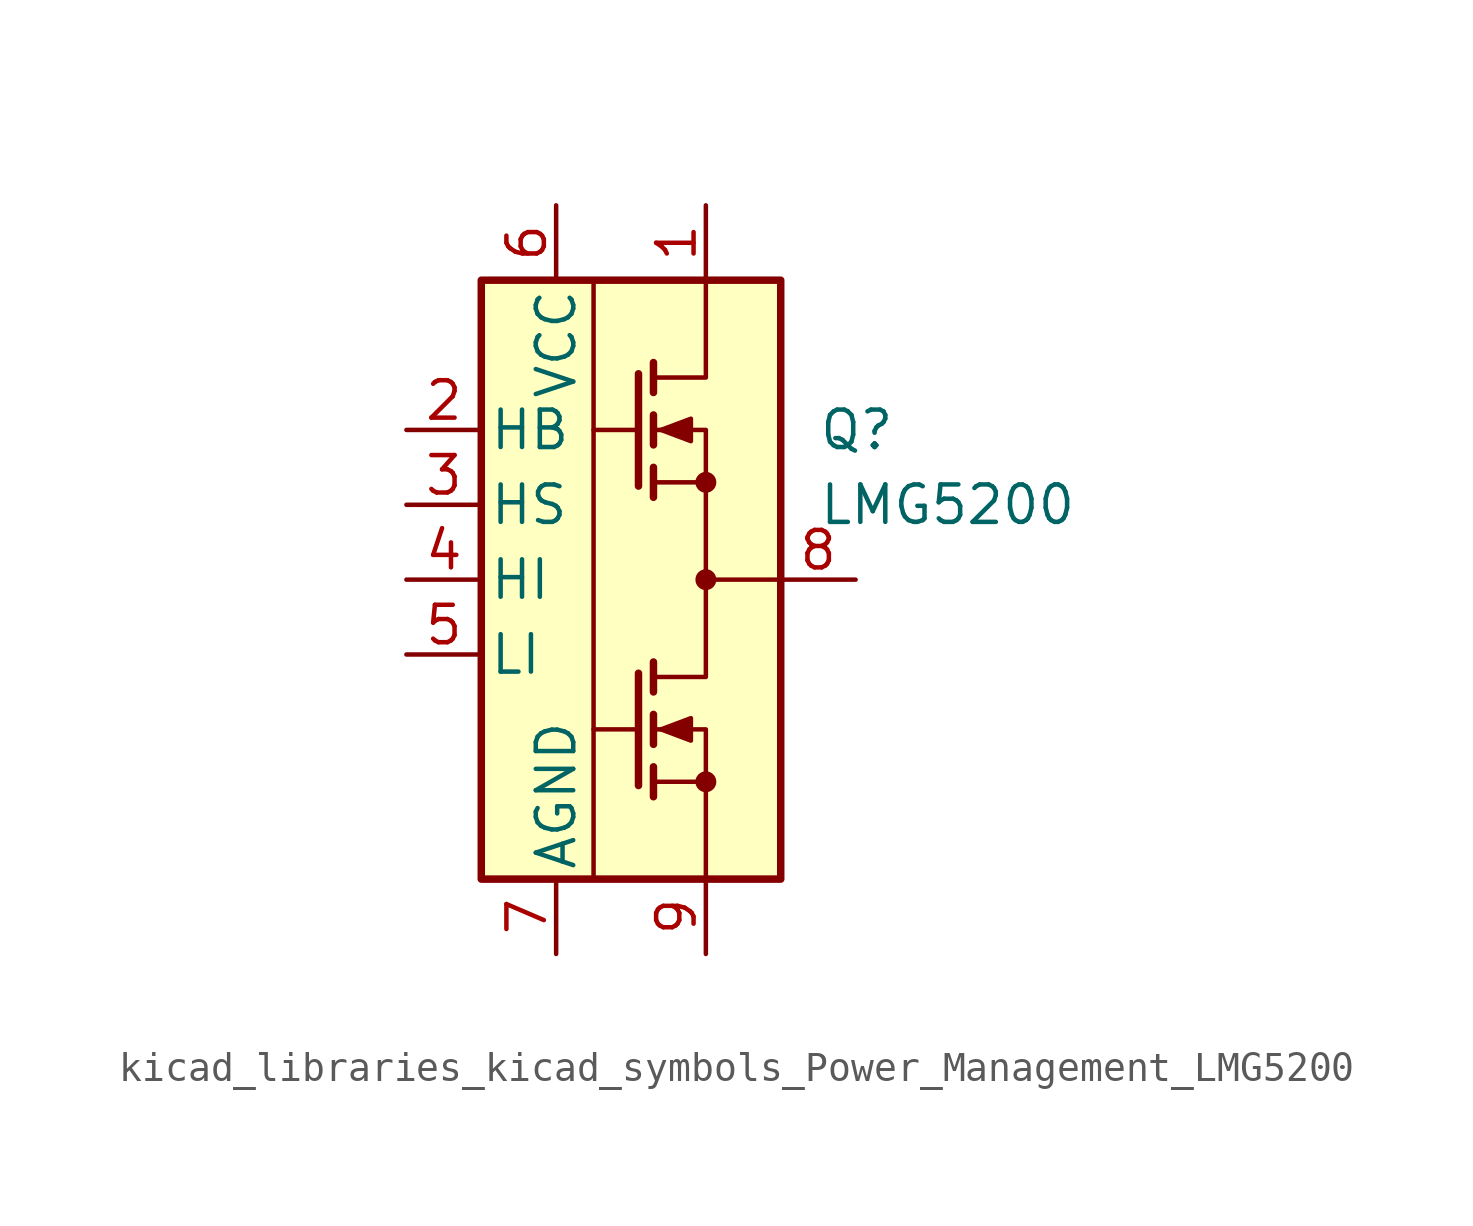
<source format=kicad_sym>
(kicad_symbol_lib
  (version 20220914)
  (generator kicad_symbol_editor)
  (symbol "kicad_libraries_kicad_symbols_Power_Management_LMG5200"
    (pin_names
      (offset 0.254))
    (property "Reference" "Q"
      (at 6.35 5.08 0)
      (effects (font (size 1.27 1.27)) (justify left)))
    (property "Value" "LMG5200"
      (at 6.35 2.54 0)
      (effects (font (size 1.27 1.27)) (justify left)))
    (symbol "kicad_libraries_kicad_symbols_Power_Management_LMG5200_0_1"
      (rectangle (start -5.08 10.16) (end 5.08 -10.16) (stroke (width 0.254) (type default)) (fill (type background)))
      (polyline (pts (xy -1.27 -5.08) (xy 0.254 -5.08)) (stroke (width 0) (type default)) (fill (type none)))
      (polyline (pts (xy -1.27 5.08) (xy 0.254 5.08)) (stroke (width 0) (type default)) (fill (type none)))
      (polyline (pts (xy -1.27 10.16) (xy -1.27 -10.16)) (stroke (width 0) (type default)) (fill (type none)))
      (polyline (pts (xy 0.762 -6.858) (xy 2.54 -6.858)) (stroke (width 0) (type default)) (fill (type none)))
      (polyline (pts (xy 0.762 -6.35) (xy 0.762 -7.366)) (stroke (width 0.254) (type default)) (fill (type none)))
      (polyline (pts (xy 0.762 -4.572) (xy 0.762 -5.588)) (stroke (width 0.254) (type default)) (fill (type none)))
      (polyline (pts (xy 0.762 -2.794) (xy 0.762 -3.81)) (stroke (width 0.254) (type default)) (fill (type none)))
      (polyline (pts (xy 0.762 3.302) (xy 2.54 3.302)) (stroke (width 0) (type default)) (fill (type none)))
      (polyline (pts (xy 0.762 3.81) (xy 0.762 2.794)) (stroke (width 0.254) (type default)) (fill (type none)))
      (polyline (pts (xy 0.762 5.588) (xy 0.762 4.572)) (stroke (width 0.254) (type default)) (fill (type none)))
      (polyline (pts (xy 0.762 7.366) (xy 0.762 6.35)) (stroke (width 0.254) (type default)) (fill (type none)))
      (polyline (pts (xy 5.08 0) (xy 2.54 0)) (stroke (width 0) (type default)) (fill (type none)))
      (polyline (pts (xy 0.254 -3.175) (xy 0.254 -6.985) (xy 0.254 -6.985)) (stroke (width 0.254) (type default)) (fill (type none)))
      (polyline (pts (xy 0.254 6.985) (xy 0.254 3.175) (xy 0.254 3.175)) (stroke (width 0.254) (type default)) (fill (type none)))
      (polyline (pts (xy 0.762 6.858) (xy 2.54 6.858) (xy 2.54 10.16)) (stroke (width 0) (type default)) (fill (type none)))
      (polyline (pts (xy 2.54 -10.16) (xy 2.54 -5.08) (xy 0.762 -5.08)) (stroke (width 0) (type default)) (fill (type none)))
      (polyline (pts (xy 0.762 5.08) (xy 2.54 5.08) (xy 2.54 -3.302) (xy 0.762 -3.302)) (stroke (width 0) (type default)) (fill (type none)))
      (polyline (pts (xy 1.016 -5.08) (xy 2.032 -4.699) (xy 2.032 -5.461) (xy 1.016 -5.08)) (stroke (width 0) (type default)) (fill (type outline)))
      (polyline (pts (xy 1.016 5.08) (xy 2.032 5.461) (xy 2.032 4.699) (xy 1.016 5.08)) (stroke (width 0) (type default)) (fill (type outline)))
      (circle (center 2.54 -6.858) (radius 0.279) (stroke (width 0) (type default)) (fill (type outline)))
      (circle (center 2.54 0) (radius 0.279) (stroke (width 0) (type default)) (fill (type outline)))
      (circle (center 2.54 3.302) (radius 0.279) (stroke (width 0) (type default)) (fill (type outline))))
    (symbol "kicad_libraries_kicad_symbols_Power_Management_LMG5200_1_1"
      (pin passive line (at 2.54 12.7 270) (length 2.54) (name "~" (effects (font (size 1.27 1.27)))) (number "1" (effects (font (size 1.27 1.27)))))
      (pin passive line (at -7.62 5.08 0) (length 2.54) (name "HB" (effects (font (size 1.27 1.27)))) (number "2" (effects (font (size 1.27 1.27)))))
      (pin passive line (at -7.62 2.54 0) (length 2.54) (name "HS" (effects (font (size 1.27 1.27)))) (number "3" (effects (font (size 1.27 1.27)))))
      (pin input line (at -7.62 0 0) (length 2.54) (name "HI" (effects (font (size 1.27 1.27)))) (number "4" (effects (font (size 1.27 1.27)))))
      (pin input line (at -7.62 -2.54 0) (length 2.54) (name "LI" (effects (font (size 1.27 1.27)))) (number "5" (effects (font (size 1.27 1.27)))))
      (pin power_in line (at -2.54 12.7 270) (length 2.54) (name "VCC" (effects (font (size 1.27 1.27)))) (number "6" (effects (font (size 1.27 1.27)))))
      (pin power_in line (at -2.54 -12.7 90) (length 2.54) (name "AGND" (effects (font (size 1.27 1.27)))) (number "7" (effects (font (size 1.27 1.27)))))
      (pin passive line (at 7.62 0 180) (length 2.54) (name "~" (effects (font (size 1.27 1.27)))) (number "8" (effects (font (size 1.27 1.27)))))
      (pin passive line (at 2.54 -12.7 90) (length 2.54) (name "~" (effects (font (size 1.27 1.27)))) (number "9" (effects (font (size 1.27 1.27))))))))
</source>
